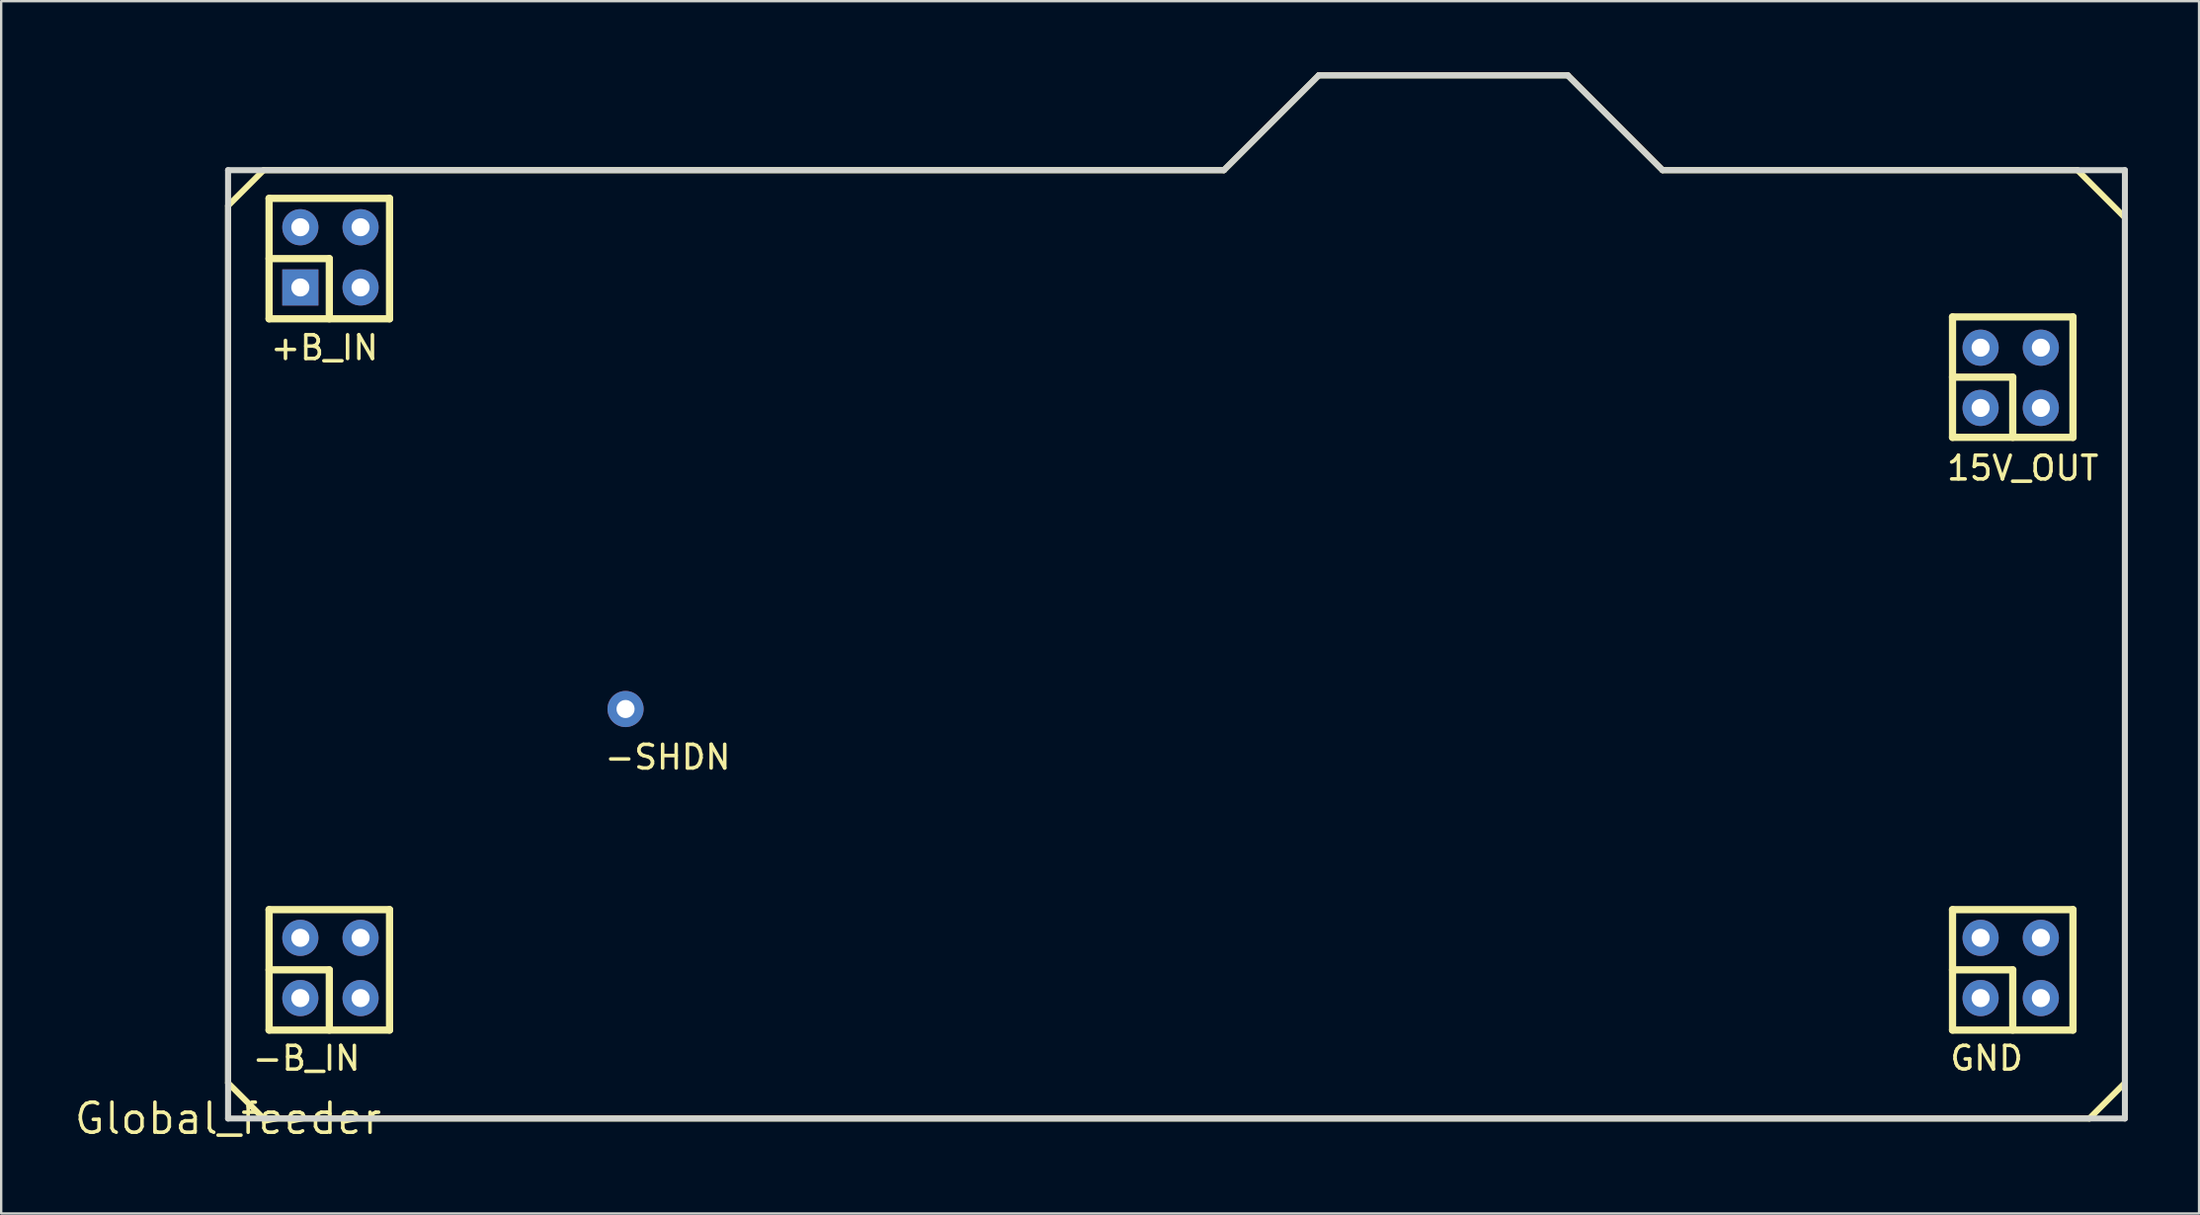
<source format=kicad_pcb>
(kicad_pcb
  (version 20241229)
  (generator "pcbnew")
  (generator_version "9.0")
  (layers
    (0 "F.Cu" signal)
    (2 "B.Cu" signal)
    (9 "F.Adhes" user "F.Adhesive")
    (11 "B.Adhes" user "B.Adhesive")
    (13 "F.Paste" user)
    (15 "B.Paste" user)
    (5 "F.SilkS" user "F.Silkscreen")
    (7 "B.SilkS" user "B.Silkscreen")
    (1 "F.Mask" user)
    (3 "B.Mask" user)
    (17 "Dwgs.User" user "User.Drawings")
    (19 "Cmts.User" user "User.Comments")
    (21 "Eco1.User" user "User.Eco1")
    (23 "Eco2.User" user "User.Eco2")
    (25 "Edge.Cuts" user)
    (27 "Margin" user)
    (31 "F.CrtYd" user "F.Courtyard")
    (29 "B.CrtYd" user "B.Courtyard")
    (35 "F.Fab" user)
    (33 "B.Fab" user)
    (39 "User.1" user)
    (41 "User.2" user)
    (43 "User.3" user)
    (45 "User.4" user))
  (footprint "Global_feeder"
    (layer "F.Cu")
    (at 6.569 44.127)
    (property "Reference" "Global_feeder" (at 0 0 0) (layer "F.SilkS") (effects (font (size 1.27 1.27) (thickness 0.15))))
    (attr through_hole)
    (fp_line (start 0 -38.5) (end 1.5 -40) (stroke (width 0.254) (type solid)) (layer "F.SilkS"))
    (fp_line (start 0 -1.5) (end 1.5 -0.00001) (stroke (width 0.254) (type solid)) (layer "F.SilkS"))
    (fp_line (start 0 -1.5) (end 0 -38.5) (stroke (width 0.254) (type solid)) (layer "F.SilkS"))
    (fp_line (start 1.5 -40) (end 42 -40) (stroke (width 0.254) (type solid)) (layer "F.SilkS"))
    (fp_line (start 1.5 -0.00001) (end 78.5 -0.00001) (stroke (width 0.254) (type solid)) (layer "F.SilkS"))
    (fp_line (start 1.73 -38.81) (end 6.81 -38.81) (stroke (width 0.305) (type solid)) (layer "F.SilkS"))
    (fp_line (start 1.73 -36.27) (end 4.27 -36.27) (stroke (width 0.305) (type solid)) (layer "F.SilkS"))
    (fp_line (start 1.73 -33.73) (end 1.73 -38.81) (stroke (width 0.305) (type solid)) (layer "F.SilkS"))
    (fp_line (start 1.73 -33.73) (end 6.81 -33.73) (stroke (width 0.305) (type solid)) (layer "F.SilkS"))
    (fp_line (start 1.73 -8.81) (end 6.81 -8.81) (stroke (width 0.305) (type solid)) (layer "F.SilkS"))
    (fp_line (start 1.73 -6.27) (end 4.27 -6.27) (stroke (width 0.305) (type solid)) (layer "F.SilkS"))
    (fp_line (start 1.73 -3.73) (end 1.73 -8.81) (stroke (width 0.305) (type solid)) (layer "F.SilkS"))
    (fp_line (start 1.73 -3.73) (end 6.81 -3.73) (stroke (width 0.305) (type solid)) (layer "F.SilkS"))
    (fp_line (start 4.27 -33.73) (end 4.27 -36.27) (stroke (width 0.305) (type solid)) (layer "F.SilkS"))
    (fp_line (start 4.27 -3.73) (end 4.27 -6.27) (stroke (width 0.305) (type solid)) (layer "F.SilkS"))
    (fp_line (start 6.81 -33.73) (end 6.81 -38.81) (stroke (width 0.305) (type solid)) (layer "F.SilkS"))
    (fp_line (start 6.81 -3.73) (end 6.81 -8.81) (stroke (width 0.305) (type solid)) (layer "F.SilkS"))
    (fp_line (start 42 -40) (end 46 -44) (stroke (width 0.254) (type solid)) (layer "F.SilkS"))
    (fp_line (start 46 -44) (end 56.5 -44) (stroke (width 0.254) (type solid)) (layer "F.SilkS"))
    (fp_line (start 56.5 -44) (end 60.5 -40) (stroke (width 0.254) (type solid)) (layer "F.SilkS"))
    (fp_line (start 60.5 -40) (end 78 -40) (stroke (width 0.254) (type solid)) (layer "F.SilkS"))
    (fp_line (start 72.73 -33.81) (end 77.81 -33.81) (stroke (width 0.305) (type solid)) (layer "F.SilkS"))
    (fp_line (start 72.73 -31.27) (end 75.27 -31.27) (stroke (width 0.305) (type solid)) (layer "F.SilkS"))
    (fp_line (start 72.73 -28.73) (end 72.73 -33.81) (stroke (width 0.305) (type solid)) (layer "F.SilkS"))
    (fp_line (start 72.73 -28.73) (end 77.81 -28.73) (stroke (width 0.305) (type solid)) (layer "F.SilkS"))
    (fp_line (start 72.73 -8.81) (end 77.81 -8.81) (stroke (width 0.305) (type solid)) (layer "F.SilkS"))
    (fp_line (start 72.73 -6.27) (end 75.27 -6.27) (stroke (width 0.305) (type solid)) (layer "F.SilkS"))
    (fp_line (start 72.73 -3.73) (end 72.73 -8.81) (stroke (width 0.305) (type solid)) (layer "F.SilkS"))
    (fp_line (start 72.73 -3.73) (end 77.81 -3.73) (stroke (width 0.305) (type solid)) (layer "F.SilkS"))
    (fp_line (start 75.27 -28.73) (end 75.27 -31.27) (stroke (width 0.305) (type solid)) (layer "F.SilkS"))
    (fp_line (start 75.27 -3.73) (end 75.27 -6.27) (stroke (width 0.305) (type solid)) (layer "F.SilkS"))
    (fp_line (start 77.81 -28.73) (end 77.81 -33.81) (stroke (width 0.305) (type solid)) (layer "F.SilkS"))
    (fp_line (start 77.81 -3.73) (end 77.81 -8.81) (stroke (width 0.305) (type solid)) (layer "F.SilkS"))
    (fp_line (start 78 -40) (end 80 -38) (stroke (width 0.254) (type solid)) (layer "F.SilkS"))
    (fp_line (start 78.5 -0.00001) (end 80 -1.5) (stroke (width 0.254) (type solid)) (layer "F.SilkS"))
    (fp_line (start 80 -1.5) (end 80 -38) (stroke (width 0.254) (type solid)) (layer "F.SilkS"))
    (fp_line (start 0 -40) (end 42 -40) (stroke (width 0.254) (type solid)) (layer "Edge.Cuts"))
    (fp_line (start 0 0) (end 0 -40) (stroke (width 0.254) (type solid)) (layer "Edge.Cuts"))
    (fp_line (start 0 0) (end 80 0) (stroke (width 0.254) (type solid)) (layer "Edge.Cuts"))
    (fp_line (start 42 -40) (end 46 -44) (stroke (width 0.254) (type solid)) (layer "Edge.Cuts"))
    (fp_line (start 46 -44) (end 56.5 -44) (stroke (width 0.254) (type solid)) (layer "Edge.Cuts"))
    (fp_line (start 56.5 -44) (end 60.5 -40) (stroke (width 0.254) (type solid)) (layer "Edge.Cuts"))
    (fp_line (start 60.5 -40) (end 80 -40) (stroke (width 0.254) (type solid)) (layer "Edge.Cuts"))
    (fp_line (start 80 0) (end 80 -40) (stroke (width 0.254) (type solid)) (layer "Edge.Cuts"))
    (fp_text user "-B_IN" (at 3.302 -2.54 0) (layer "F.SilkS") (effects (font (size 1 1) (thickness 0.15))))
    (fp_text user "15V_OUT" (at 75.692 -27.432 0) (layer "F.SilkS") (effects (font (size 1 1) (thickness 0.15))))
    (fp_text user "+B_IN" (at 4.064 -32.512 0) (layer "F.SilkS") (effects (font (size 1 1) (thickness 0.15))))
    (fp_text user "GND" (at 74.168 -2.54 0) (layer "F.SilkS") (effects (font (size 1 1) (thickness 0.15))))
    (fp_text user "-SHDN" (at 18.542 -15.24 0) (layer "F.SilkS") (effects (font (size 1 1) (thickness 0.15))))
    (pad "1" thru_hole trapezoid (at 3.048 -35.052) (size 1.524 1.524) (drill 0.762) (layers "*.Cu" "*.Mask"))
    (pad "2" thru_hole circle (at 3.048 -5.08) (size 1.524 1.524) (drill 0.762) (layers "*.Cu" "*.Mask"))
    (pad "3" thru_hole circle (at 16.764 -17.272) (size 1.524 1.524) (drill 0.762) (layers "*.Cu" "*.Mask"))
    (pad "4" thru_hole circle (at 73.914 -29.972) (size 1.524 1.524) (drill 0.762) (layers "*.Cu" "*.Mask"))
    (pad "5" thru_hole circle (at 73.914 -5.08) (size 1.524 1.524) (drill 0.762) (layers "*.Cu" "*.Mask"))
    (pad "6" thru_hole circle (at 3.048 -37.592) (size 1.524 1.524) (drill 0.762) (layers "*.Cu" "*.Mask"))
    (pad "7" thru_hole circle (at 5.588 -37.592) (size 1.524 1.524) (drill 0.762) (layers "*.Cu" "*.Mask"))
    (pad "8" thru_hole circle (at 5.588 -35.052) (size 1.524 1.524) (drill 0.762) (layers "*.Cu" "*.Mask"))
    (pad "9" thru_hole circle (at 3.048 -7.62) (size 1.524 1.524) (drill 0.762) (layers "*.Cu" "*.Mask"))
    (pad "10" thru_hole circle (at 5.588 -7.62) (size 1.524 1.524) (drill 0.762) (layers "*.Cu" "*.Mask"))
    (pad "11" thru_hole circle (at 5.588 -5.08) (size 1.524 1.524) (drill 0.762) (layers "*.Cu" "*.Mask"))
    (pad "12" thru_hole circle (at 73.914 -7.62) (size 1.524 1.524) (drill 0.762) (layers "*.Cu" "*.Mask"))
    (pad "13" thru_hole circle (at 76.454 -7.62) (size 1.524 1.524) (drill 0.762) (layers "*.Cu" "*.Mask"))
    (pad "14" thru_hole circle (at 76.454 -5.08) (size 1.524 1.524) (drill 0.762) (layers "*.Cu" "*.Mask"))
    (pad "15" thru_hole circle (at 73.914 -32.512) (size 1.524 1.524) (drill 0.762) (layers "*.Cu" "*.Mask"))
    (pad "16" thru_hole circle (at 76.454 -32.512) (size 1.524 1.524) (drill 0.762) (layers "*.Cu" "*.Mask"))
    (pad "17" thru_hole circle (at 76.454 -29.972) (size 1.524 1.524) (drill 0.762) (layers "*.Cu" "*.Mask")))
  (gr_rect
    (start -3 -3)
    (end 89.696 48.133)
    (stroke (width 0.1) (type default))
    (fill no)
    (layer "Edge.Cuts")))
</source>
